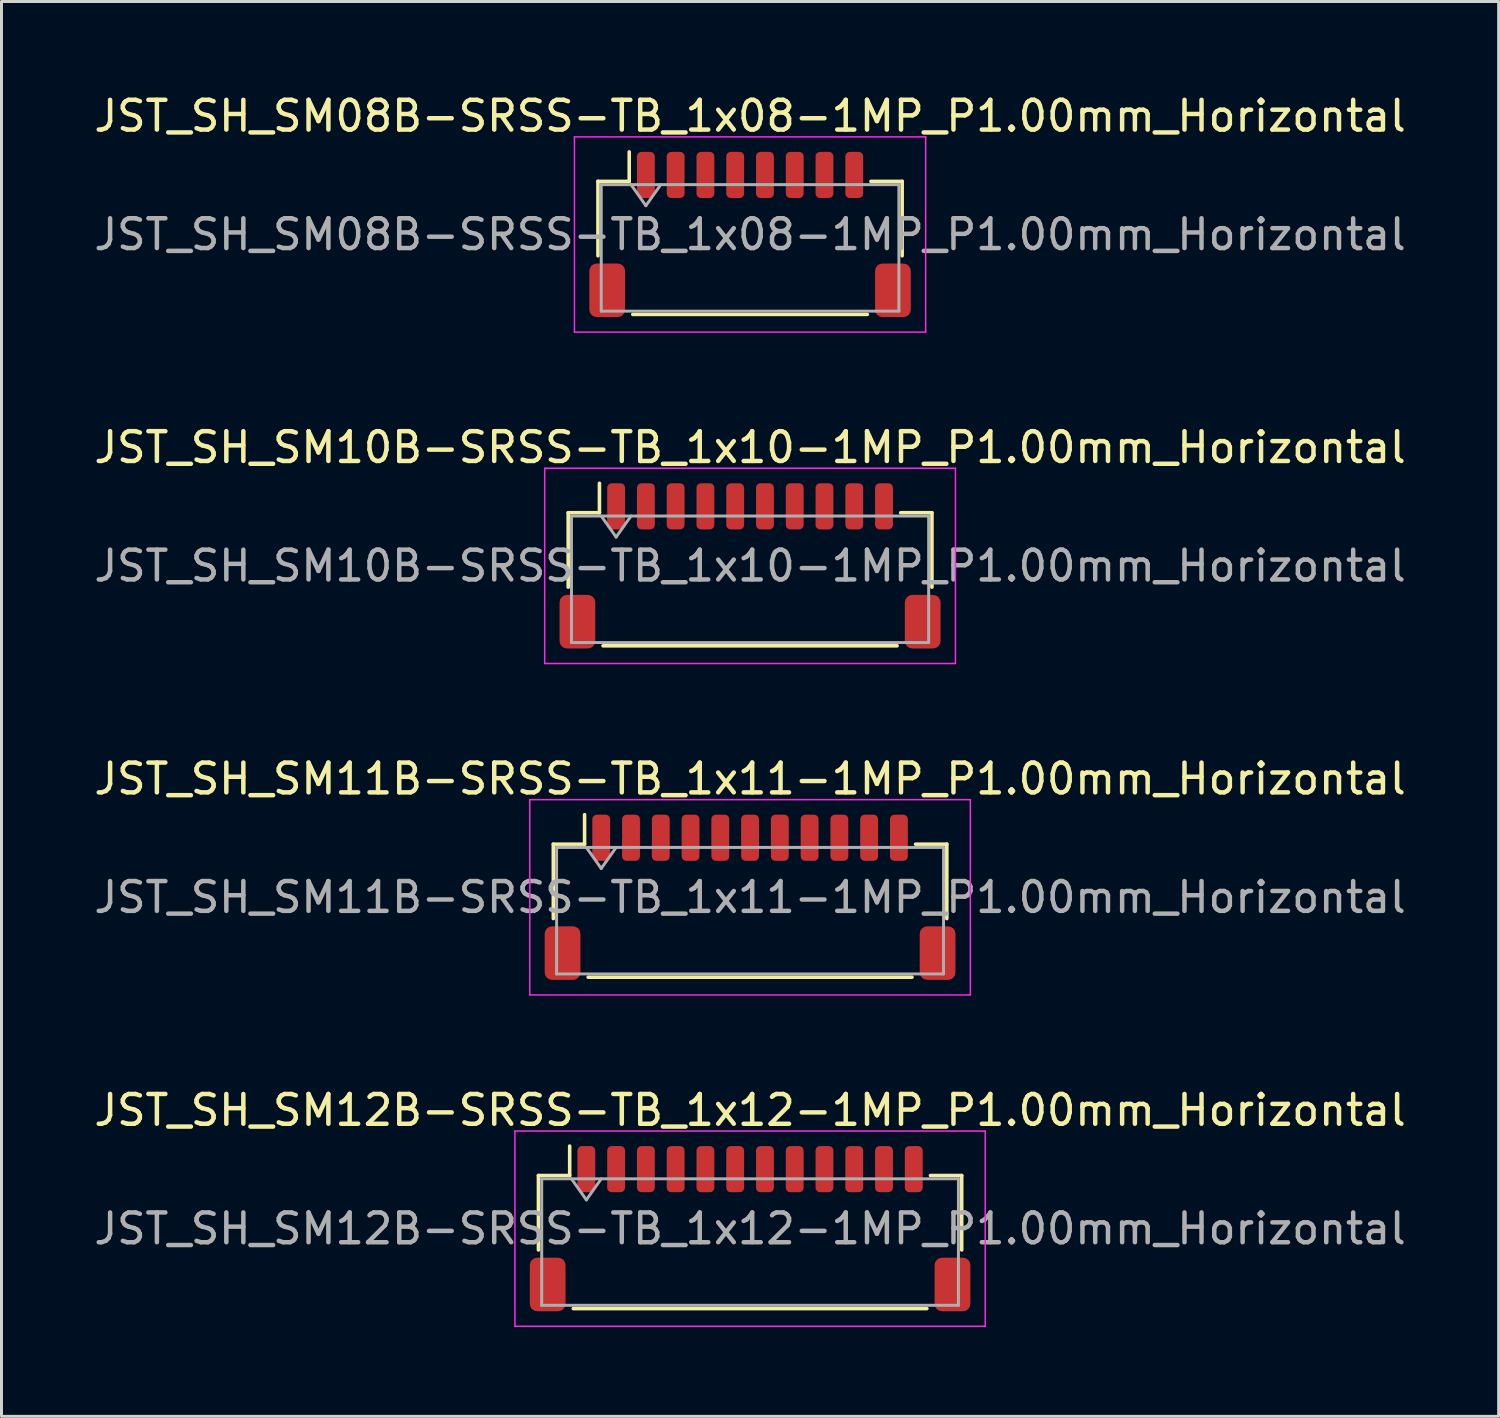
<source format=kicad_pcb>
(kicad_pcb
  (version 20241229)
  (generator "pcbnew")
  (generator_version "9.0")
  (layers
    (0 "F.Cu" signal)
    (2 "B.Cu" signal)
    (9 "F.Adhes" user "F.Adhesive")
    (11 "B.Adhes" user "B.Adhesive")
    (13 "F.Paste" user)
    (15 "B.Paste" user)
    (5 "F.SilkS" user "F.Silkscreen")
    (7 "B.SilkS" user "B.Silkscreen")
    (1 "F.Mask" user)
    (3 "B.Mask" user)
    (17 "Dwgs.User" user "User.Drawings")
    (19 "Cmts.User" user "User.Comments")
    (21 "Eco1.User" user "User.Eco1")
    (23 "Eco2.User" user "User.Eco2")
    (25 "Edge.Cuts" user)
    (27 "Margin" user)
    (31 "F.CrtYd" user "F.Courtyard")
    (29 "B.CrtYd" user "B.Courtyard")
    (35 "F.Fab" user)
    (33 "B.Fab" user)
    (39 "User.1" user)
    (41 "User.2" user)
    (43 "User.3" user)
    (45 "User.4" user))
  (footprint "JST_SH_SM10B-SRSS-TB_1x10-1MP_P1.00mm_Horizontal"
    (layer "F.Cu")
    (at 22.149 15.961)
    (property "Reference" "JST_SH_SM10B-SRSS-TB_1x10-1MP_P1.00mm_Horizontal" (at 0 -3.98 0) (layer "F.SilkS") (effects (font (size 1 1) (thickness 0.15))))
    (attr smd)
    (fp_line (start -6.11 -1.785) (end -5.06 -1.785) (stroke (width 0.12) (type solid)) (layer "F.SilkS"))
    (fp_line (start -6.11 0.715) (end -6.11 -1.785) (stroke (width 0.12) (type solid)) (layer "F.SilkS"))
    (fp_line (start -5.06 -1.785) (end -5.06 -2.775) (stroke (width 0.12) (type solid)) (layer "F.SilkS"))
    (fp_line (start -4.94 2.685) (end 4.94 2.685) (stroke (width 0.12) (type solid)) (layer "F.SilkS"))
    (fp_line (start 6.11 -1.785) (end 5.06 -1.785) (stroke (width 0.12) (type solid)) (layer "F.SilkS"))
    (fp_line (start 6.11 0.715) (end 6.11 -1.785) (stroke (width 0.12) (type solid)) (layer "F.SilkS"))
    (fp_line (start -6.9 -3.28) (end -6.9 3.28) (stroke (width 0.05) (type solid)) (layer "F.CrtYd"))
    (fp_line (start -6.9 3.28) (end 6.9 3.28) (stroke (width 0.05) (type solid)) (layer "F.CrtYd"))
    (fp_line (start 6.9 -3.28) (end -6.9 -3.28) (stroke (width 0.05) (type solid)) (layer "F.CrtYd"))
    (fp_line (start 6.9 3.28) (end 6.9 -3.28) (stroke (width 0.05) (type solid)) (layer "F.CrtYd"))
    (fp_line (start -6 -1.675) (end -6 2.575) (stroke (width 0.1) (type solid)) (layer "F.Fab"))
    (fp_line (start -6 -1.675) (end 6 -1.675) (stroke (width 0.1) (type solid)) (layer "F.Fab"))
    (fp_line (start -6 2.575) (end 6 2.575) (stroke (width 0.1) (type solid)) (layer "F.Fab"))
    (fp_line (start -5 -1.675) (end -4.5 -0.968) (stroke (width 0.1) (type solid)) (layer "F.Fab"))
    (fp_line (start -4.5 -0.968) (end -4 -1.675) (stroke (width 0.1) (type solid)) (layer "F.Fab"))
    (fp_line (start 6 -1.675) (end 6 2.575) (stroke (width 0.1) (type solid)) (layer "F.Fab"))
    (fp_text user "${REFERENCE}" (at 0 0 0) (layer "F.Fab") (effects (font (size 1 1) (thickness 0.15))))
    (pad "1" smd roundrect (at -4.5 -2) (size 0.6 1.55) (layers "F.Cu" "F.Mask" "F.Paste") (roundrect_rratio 0.25))
    (pad "2" smd roundrect (at -3.5 -2) (size 0.6 1.55) (layers "F.Cu" "F.Mask" "F.Paste") (roundrect_rratio 0.25))
    (pad "3" smd roundrect (at -2.5 -2) (size 0.6 1.55) (layers "F.Cu" "F.Mask" "F.Paste") (roundrect_rratio 0.25))
    (pad "4" smd roundrect (at -1.5 -2) (size 0.6 1.55) (layers "F.Cu" "F.Mask" "F.Paste") (roundrect_rratio 0.25))
    (pad "5" smd roundrect (at -0.5 -2) (size 0.6 1.55) (layers "F.Cu" "F.Mask" "F.Paste") (roundrect_rratio 0.25))
    (pad "6" smd roundrect (at 0.5 -2) (size 0.6 1.55) (layers "F.Cu" "F.Mask" "F.Paste") (roundrect_rratio 0.25))
    (pad "7" smd roundrect (at 1.5 -2) (size 0.6 1.55) (layers "F.Cu" "F.Mask" "F.Paste") (roundrect_rratio 0.25))
    (pad "8" smd roundrect (at 2.5 -2) (size 0.6 1.55) (layers "F.Cu" "F.Mask" "F.Paste") (roundrect_rratio 0.25))
    (pad "9" smd roundrect (at 3.5 -2) (size 0.6 1.55) (layers "F.Cu" "F.Mask" "F.Paste") (roundrect_rratio 0.25))
    (pad "10" smd roundrect (at 4.5 -2) (size 0.6 1.55) (layers "F.Cu" "F.Mask" "F.Paste") (roundrect_rratio 0.25))
    (pad "MP" smd roundrect (at -5.8 1.875) (size 1.2 1.8) (layers "F.Cu" "F.Mask" "F.Paste") (roundrect_rratio 0.208))
    (pad "MP" smd roundrect (at 5.8 1.875) (size 1.2 1.8) (layers "F.Cu" "F.Mask" "F.Paste") (roundrect_rratio 0.208)))
  (footprint "JST_SH_SM11B-SRSS-TB_1x11-1MP_P1.00mm_Horizontal"
    (layer "F.Cu")
    (at 22.149 27.095)
    (property "Reference" "JST_SH_SM11B-SRSS-TB_1x11-1MP_P1.00mm_Horizontal" (at 0 -3.98 0) (layer "F.SilkS") (effects (font (size 1 1) (thickness 0.15))))
    (attr smd)
    (fp_line (start -6.61 -1.785) (end -5.56 -1.785) (stroke (width 0.12) (type solid)) (layer "F.SilkS"))
    (fp_line (start -6.61 0.715) (end -6.61 -1.785) (stroke (width 0.12) (type solid)) (layer "F.SilkS"))
    (fp_line (start -5.56 -1.785) (end -5.56 -2.775) (stroke (width 0.12) (type solid)) (layer "F.SilkS"))
    (fp_line (start -5.44 2.685) (end 5.44 2.685) (stroke (width 0.12) (type solid)) (layer "F.SilkS"))
    (fp_line (start 6.61 -1.785) (end 5.56 -1.785) (stroke (width 0.12) (type solid)) (layer "F.SilkS"))
    (fp_line (start 6.61 0.715) (end 6.61 -1.785) (stroke (width 0.12) (type solid)) (layer "F.SilkS"))
    (fp_line (start -7.4 -3.28) (end -7.4 3.28) (stroke (width 0.05) (type solid)) (layer "F.CrtYd"))
    (fp_line (start -7.4 3.28) (end 7.4 3.28) (stroke (width 0.05) (type solid)) (layer "F.CrtYd"))
    (fp_line (start 7.4 -3.28) (end -7.4 -3.28) (stroke (width 0.05) (type solid)) (layer "F.CrtYd"))
    (fp_line (start 7.4 3.28) (end 7.4 -3.28) (stroke (width 0.05) (type solid)) (layer "F.CrtYd"))
    (fp_line (start -6.5 -1.675) (end -6.5 2.575) (stroke (width 0.1) (type solid)) (layer "F.Fab"))
    (fp_line (start -6.5 -1.675) (end 6.5 -1.675) (stroke (width 0.1) (type solid)) (layer "F.Fab"))
    (fp_line (start -6.5 2.575) (end 6.5 2.575) (stroke (width 0.1) (type solid)) (layer "F.Fab"))
    (fp_line (start -5.5 -1.675) (end -5 -0.968) (stroke (width 0.1) (type solid)) (layer "F.Fab"))
    (fp_line (start -5 -0.968) (end -4.5 -1.675) (stroke (width 0.1) (type solid)) (layer "F.Fab"))
    (fp_line (start 6.5 -1.675) (end 6.5 2.575) (stroke (width 0.1) (type solid)) (layer "F.Fab"))
    (fp_text user "${REFERENCE}" (at 0 0 0) (layer "F.Fab") (effects (font (size 1 1) (thickness 0.15))))
    (pad "1" smd roundrect (at -5 -2) (size 0.6 1.55) (layers "F.Cu" "F.Mask" "F.Paste") (roundrect_rratio 0.25))
    (pad "2" smd roundrect (at -4 -2) (size 0.6 1.55) (layers "F.Cu" "F.Mask" "F.Paste") (roundrect_rratio 0.25))
    (pad "3" smd roundrect (at -3 -2) (size 0.6 1.55) (layers "F.Cu" "F.Mask" "F.Paste") (roundrect_rratio 0.25))
    (pad "4" smd roundrect (at -2 -2) (size 0.6 1.55) (layers "F.Cu" "F.Mask" "F.Paste") (roundrect_rratio 0.25))
    (pad "5" smd roundrect (at -1 -2) (size 0.6 1.55) (layers "F.Cu" "F.Mask" "F.Paste") (roundrect_rratio 0.25))
    (pad "6" smd roundrect (at 0 -2) (size 0.6 1.55) (layers "F.Cu" "F.Mask" "F.Paste") (roundrect_rratio 0.25))
    (pad "7" smd roundrect (at 1 -2) (size 0.6 1.55) (layers "F.Cu" "F.Mask" "F.Paste") (roundrect_rratio 0.25))
    (pad "8" smd roundrect (at 2 -2) (size 0.6 1.55) (layers "F.Cu" "F.Mask" "F.Paste") (roundrect_rratio 0.25))
    (pad "9" smd roundrect (at 3 -2) (size 0.6 1.55) (layers "F.Cu" "F.Mask" "F.Paste") (roundrect_rratio 0.25))
    (pad "10" smd roundrect (at 4 -2) (size 0.6 1.55) (layers "F.Cu" "F.Mask" "F.Paste") (roundrect_rratio 0.25))
    (pad "11" smd roundrect (at 5 -2) (size 0.6 1.55) (layers "F.Cu" "F.Mask" "F.Paste") (roundrect_rratio 0.25))
    (pad "MP" smd roundrect (at -6.3 1.875) (size 1.2 1.8) (layers "F.Cu" "F.Mask" "F.Paste") (roundrect_rratio 0.208))
    (pad "MP" smd roundrect (at 6.3 1.875) (size 1.2 1.8) (layers "F.Cu" "F.Mask" "F.Paste") (roundrect_rratio 0.208)))
  (footprint "JST_SH_SM08B-SRSS-TB_1x08-1MP_P1.00mm_Horizontal"
    (layer "F.Cu")
    (at 22.149 4.828)
    (property "Reference" "JST_SH_SM08B-SRSS-TB_1x08-1MP_P1.00mm_Horizontal" (at 0 -3.98 0) (layer "F.SilkS") (effects (font (size 1 1) (thickness 0.15))))
    (attr smd)
    (fp_line (start -5.11 -1.785) (end -4.06 -1.785) (stroke (width 0.12) (type solid)) (layer "F.SilkS"))
    (fp_line (start -5.11 0.715) (end -5.11 -1.785) (stroke (width 0.12) (type solid)) (layer "F.SilkS"))
    (fp_line (start -4.06 -1.785) (end -4.06 -2.775) (stroke (width 0.12) (type solid)) (layer "F.SilkS"))
    (fp_line (start -3.94 2.685) (end 3.94 2.685) (stroke (width 0.12) (type solid)) (layer "F.SilkS"))
    (fp_line (start 5.11 -1.785) (end 4.06 -1.785) (stroke (width 0.12) (type solid)) (layer "F.SilkS"))
    (fp_line (start 5.11 0.715) (end 5.11 -1.785) (stroke (width 0.12) (type solid)) (layer "F.SilkS"))
    (fp_line (start -5.9 -3.28) (end -5.9 3.28) (stroke (width 0.05) (type solid)) (layer "F.CrtYd"))
    (fp_line (start -5.9 3.28) (end 5.9 3.28) (stroke (width 0.05) (type solid)) (layer "F.CrtYd"))
    (fp_line (start 5.9 -3.28) (end -5.9 -3.28) (stroke (width 0.05) (type solid)) (layer "F.CrtYd"))
    (fp_line (start 5.9 3.28) (end 5.9 -3.28) (stroke (width 0.05) (type solid)) (layer "F.CrtYd"))
    (fp_line (start -5 -1.675) (end -5 2.575) (stroke (width 0.1) (type solid)) (layer "F.Fab"))
    (fp_line (start -5 -1.675) (end 5 -1.675) (stroke (width 0.1) (type solid)) (layer "F.Fab"))
    (fp_line (start -5 2.575) (end 5 2.575) (stroke (width 0.1) (type solid)) (layer "F.Fab"))
    (fp_line (start -4 -1.675) (end -3.5 -0.968) (stroke (width 0.1) (type solid)) (layer "F.Fab"))
    (fp_line (start -3.5 -0.968) (end -3 -1.675) (stroke (width 0.1) (type solid)) (layer "F.Fab"))
    (fp_line (start 5 -1.675) (end 5 2.575) (stroke (width 0.1) (type solid)) (layer "F.Fab"))
    (fp_text user "${REFERENCE}" (at 0 0 0) (layer "F.Fab") (effects (font (size 1 1) (thickness 0.15))))
    (pad "1" smd roundrect (at -3.5 -2) (size 0.6 1.55) (layers "F.Cu" "F.Mask" "F.Paste") (roundrect_rratio 0.25))
    (pad "2" smd roundrect (at -2.5 -2) (size 0.6 1.55) (layers "F.Cu" "F.Mask" "F.Paste") (roundrect_rratio 0.25))
    (pad "3" smd roundrect (at -1.5 -2) (size 0.6 1.55) (layers "F.Cu" "F.Mask" "F.Paste") (roundrect_rratio 0.25))
    (pad "4" smd roundrect (at -0.5 -2) (size 0.6 1.55) (layers "F.Cu" "F.Mask" "F.Paste") (roundrect_rratio 0.25))
    (pad "5" smd roundrect (at 0.5 -2) (size 0.6 1.55) (layers "F.Cu" "F.Mask" "F.Paste") (roundrect_rratio 0.25))
    (pad "6" smd roundrect (at 1.5 -2) (size 0.6 1.55) (layers "F.Cu" "F.Mask" "F.Paste") (roundrect_rratio 0.25))
    (pad "7" smd roundrect (at 2.5 -2) (size 0.6 1.55) (layers "F.Cu" "F.Mask" "F.Paste") (roundrect_rratio 0.25))
    (pad "8" smd roundrect (at 3.5 -2) (size 0.6 1.55) (layers "F.Cu" "F.Mask" "F.Paste") (roundrect_rratio 0.25))
    (pad "MP" smd roundrect (at -4.8 1.875) (size 1.2 1.8) (layers "F.Cu" "F.Mask" "F.Paste") (roundrect_rratio 0.208))
    (pad "MP" smd roundrect (at 4.8 1.875) (size 1.2 1.8) (layers "F.Cu" "F.Mask" "F.Paste") (roundrect_rratio 0.208)))
  (footprint "JST_SH_SM12B-SRSS-TB_1x12-1MP_P1.00mm_Horizontal"
    (layer "F.Cu")
    (at 22.149 38.228)
    (property "Reference" "JST_SH_SM12B-SRSS-TB_1x12-1MP_P1.00mm_Horizontal" (at 0 -3.98 0) (layer "F.SilkS") (effects (font (size 1 1) (thickness 0.15))))
    (attr smd)
    (fp_line (start -7.11 -1.785) (end -6.06 -1.785) (stroke (width 0.12) (type solid)) (layer "F.SilkS"))
    (fp_line (start -7.11 0.715) (end -7.11 -1.785) (stroke (width 0.12) (type solid)) (layer "F.SilkS"))
    (fp_line (start -6.06 -1.785) (end -6.06 -2.775) (stroke (width 0.12) (type solid)) (layer "F.SilkS"))
    (fp_line (start -5.94 2.685) (end 5.94 2.685) (stroke (width 0.12) (type solid)) (layer "F.SilkS"))
    (fp_line (start 7.11 -1.785) (end 6.06 -1.785) (stroke (width 0.12) (type solid)) (layer "F.SilkS"))
    (fp_line (start 7.11 0.715) (end 7.11 -1.785) (stroke (width 0.12) (type solid)) (layer "F.SilkS"))
    (fp_line (start -7.9 -3.28) (end -7.9 3.28) (stroke (width 0.05) (type solid)) (layer "F.CrtYd"))
    (fp_line (start -7.9 3.28) (end 7.9 3.28) (stroke (width 0.05) (type solid)) (layer "F.CrtYd"))
    (fp_line (start 7.9 -3.28) (end -7.9 -3.28) (stroke (width 0.05) (type solid)) (layer "F.CrtYd"))
    (fp_line (start 7.9 3.28) (end 7.9 -3.28) (stroke (width 0.05) (type solid)) (layer "F.CrtYd"))
    (fp_line (start -7 -1.675) (end -7 2.575) (stroke (width 0.1) (type solid)) (layer "F.Fab"))
    (fp_line (start -7 -1.675) (end 7 -1.675) (stroke (width 0.1) (type solid)) (layer "F.Fab"))
    (fp_line (start -7 2.575) (end 7 2.575) (stroke (width 0.1) (type solid)) (layer "F.Fab"))
    (fp_line (start -6 -1.675) (end -5.5 -0.968) (stroke (width 0.1) (type solid)) (layer "F.Fab"))
    (fp_line (start -5.5 -0.968) (end -5 -1.675) (stroke (width 0.1) (type solid)) (layer "F.Fab"))
    (fp_line (start 7 -1.675) (end 7 2.575) (stroke (width 0.1) (type solid)) (layer "F.Fab"))
    (fp_text user "${REFERENCE}" (at 0 0 0) (layer "F.Fab") (effects (font (size 1 1) (thickness 0.15))))
    (pad "1" smd roundrect (at -5.5 -2) (size 0.6 1.55) (layers "F.Cu" "F.Mask" "F.Paste") (roundrect_rratio 0.25))
    (pad "2" smd roundrect (at -4.5 -2) (size 0.6 1.55) (layers "F.Cu" "F.Mask" "F.Paste") (roundrect_rratio 0.25))
    (pad "3" smd roundrect (at -3.5 -2) (size 0.6 1.55) (layers "F.Cu" "F.Mask" "F.Paste") (roundrect_rratio 0.25))
    (pad "4" smd roundrect (at -2.5 -2) (size 0.6 1.55) (layers "F.Cu" "F.Mask" "F.Paste") (roundrect_rratio 0.25))
    (pad "5" smd roundrect (at -1.5 -2) (size 0.6 1.55) (layers "F.Cu" "F.Mask" "F.Paste") (roundrect_rratio 0.25))
    (pad "6" smd roundrect (at -0.5 -2) (size 0.6 1.55) (layers "F.Cu" "F.Mask" "F.Paste") (roundrect_rratio 0.25))
    (pad "7" smd roundrect (at 0.5 -2) (size 0.6 1.55) (layers "F.Cu" "F.Mask" "F.Paste") (roundrect_rratio 0.25))
    (pad "8" smd roundrect (at 1.5 -2) (size 0.6 1.55) (layers "F.Cu" "F.Mask" "F.Paste") (roundrect_rratio 0.25))
    (pad "9" smd roundrect (at 2.5 -2) (size 0.6 1.55) (layers "F.Cu" "F.Mask" "F.Paste") (roundrect_rratio 0.25))
    (pad "10" smd roundrect (at 3.5 -2) (size 0.6 1.55) (layers "F.Cu" "F.Mask" "F.Paste") (roundrect_rratio 0.25))
    (pad "11" smd roundrect (at 4.5 -2) (size 0.6 1.55) (layers "F.Cu" "F.Mask" "F.Paste") (roundrect_rratio 0.25))
    (pad "12" smd roundrect (at 5.5 -2) (size 0.6 1.55) (layers "F.Cu" "F.Mask" "F.Paste") (roundrect_rratio 0.25))
    (pad "MP" smd roundrect (at -6.8 1.875) (size 1.2 1.8) (layers "F.Cu" "F.Mask" "F.Paste") (roundrect_rratio 0.208))
    (pad "MP" smd roundrect (at 6.8 1.875) (size 1.2 1.8) (layers "F.Cu" "F.Mask" "F.Paste") (roundrect_rratio 0.208)))
  (gr_rect
    (start -3 -3)
    (end 47.298 44.533)
    (stroke (width 0.1) (type default))
    (fill no)
    (layer "Edge.Cuts")))
</source>
